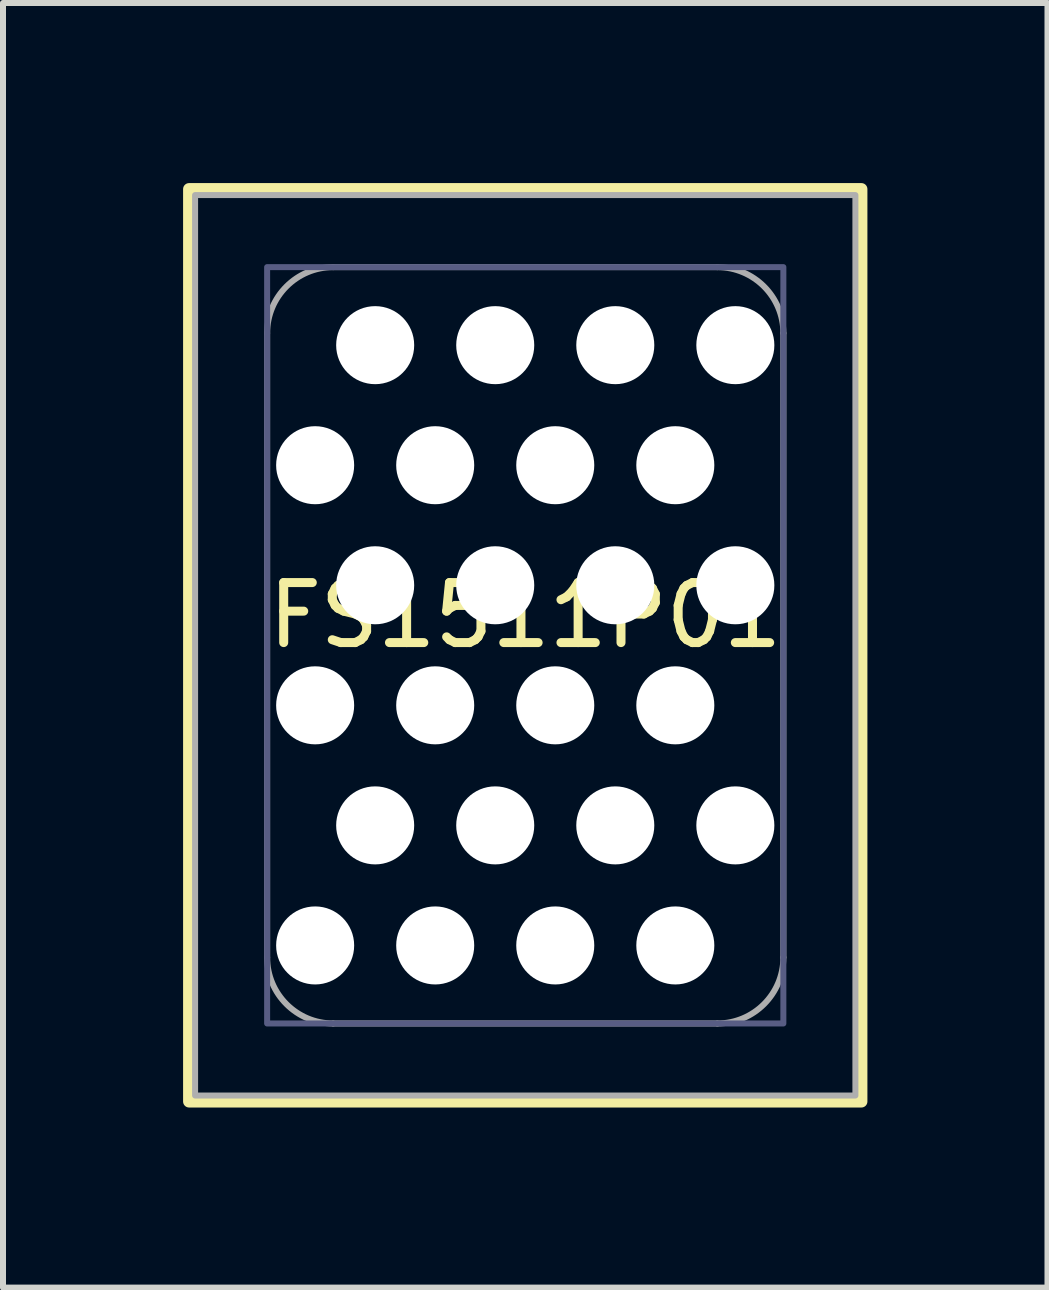
<source format=kicad_pcb>
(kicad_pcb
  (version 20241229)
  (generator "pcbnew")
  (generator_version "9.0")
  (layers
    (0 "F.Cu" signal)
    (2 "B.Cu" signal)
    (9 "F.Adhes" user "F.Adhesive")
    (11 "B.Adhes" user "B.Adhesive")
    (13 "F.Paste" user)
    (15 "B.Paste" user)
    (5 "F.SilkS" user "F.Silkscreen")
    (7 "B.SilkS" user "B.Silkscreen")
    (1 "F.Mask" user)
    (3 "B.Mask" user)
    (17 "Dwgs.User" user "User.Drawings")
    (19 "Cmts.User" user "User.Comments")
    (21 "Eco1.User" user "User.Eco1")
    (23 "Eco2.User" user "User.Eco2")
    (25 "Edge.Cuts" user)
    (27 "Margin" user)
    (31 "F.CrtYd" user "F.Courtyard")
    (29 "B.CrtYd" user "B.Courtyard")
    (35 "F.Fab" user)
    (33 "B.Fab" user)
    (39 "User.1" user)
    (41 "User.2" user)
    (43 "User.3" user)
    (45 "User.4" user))
  (footprint "FS1511P01"
    (layer "F.Cu")
    (at 5.7 7.7)
    (property "Reference" "FS1511P01" (at 0 -0.5 0) (unlocked yes) (layer "F.SilkS") (effects (font (size 1 1) (thickness 0.15))))
    (attr smd)
    (fp_rect (start -5.6 -7.6) (end 5.6 7.6) (stroke (width 0.2) (type default)) (fill no) (layer "F.SilkS"))
    (fp_rect (start -4.3 -6.3) (end 4.3 6.3) (stroke (width 0.1) (type default)) (fill no) (layer "B.Fab"))
    (fp_line (start -4.3 5.2) (end -4.3 -5.2) (stroke (width 0.1) (type default)) (layer "F.Fab"))
    (fp_line (start -3.2 -6.3) (end 3.2 -6.3) (stroke (width 0.1) (type default)) (layer "F.Fab"))
    (fp_line (start 3.2 6.3) (end -3.2 6.3) (stroke (width 0.1) (type default)) (layer "F.Fab"))
    (fp_line (start 4.3 -5.2) (end 4.3 5.2) (stroke (width 0.1) (type default)) (layer "F.Fab"))
    (fp_rect (start -5.5 -7.5) (end 5.5 7.5) (stroke (width 0.1) (type default)) (fill no) (layer "F.Fab"))
    (fp_arc (start -4.3 -5.2) (mid -3.977817 -5.977817) (end -3.2 -6.3) (stroke (width 0.1) (type default)) (layer "F.Fab"))
    (fp_arc (start -3.2 6.3) (mid -3.977817 5.977817) (end -4.3 5.2) (stroke (width 0.1) (type default)) (layer "F.Fab"))
    (fp_arc (start 3.2 -6.3) (mid 3.977817 -5.977817) (end 4.3 -5.2) (stroke (width 0.1) (type default)) (layer "F.Fab"))
    (fp_arc (start 4.3 5.2) (mid 3.977817 5.977817) (end 3.2 6.3) (stroke (width 0.1) (type default)) (layer "F.Fab"))
    (pad "" np_thru_hole circle (at -3.5 -3) (size 1.3 1.3) (drill 1.3) (layers "*.Cu" "*.Mask"))
    (pad "" np_thru_hole circle (at -3.5 1) (size 1.3 1.3) (drill 1.3) (layers "*.Cu" "*.Mask"))
    (pad "" np_thru_hole circle (at -3.5 5) (size 1.3 1.3) (drill 1.3) (layers "*.Cu" "*.Mask"))
    (pad "" np_thru_hole circle (at -2.5 -5) (size 1.3 1.3) (drill 1.3) (layers "*.Cu" "*.Mask"))
    (pad "" np_thru_hole circle (at -2.5 -1) (size 1.3 1.3) (drill 1.3) (layers "*.Cu" "*.Mask"))
    (pad "" np_thru_hole circle (at -2.5 3) (size 1.3 1.3) (drill 1.3) (layers "*.Cu" "*.Mask"))
    (pad "" np_thru_hole circle (at -1.5 -3) (size 1.3 1.3) (drill 1.3) (layers "*.Cu" "*.Mask"))
    (pad "" np_thru_hole circle (at -1.5 1) (size 1.3 1.3) (drill 1.3) (layers "*.Cu" "*.Mask"))
    (pad "" np_thru_hole circle (at -1.5 5) (size 1.3 1.3) (drill 1.3) (layers "*.Cu" "*.Mask"))
    (pad "" np_thru_hole circle (at -0.5 -5) (size 1.3 1.3) (drill 1.3) (layers "*.Cu" "*.Mask"))
    (pad "" np_thru_hole circle (at -0.5 -1) (size 1.3 1.3) (drill 1.3) (layers "*.Cu" "*.Mask"))
    (pad "" np_thru_hole circle (at -0.5 3) (size 1.3 1.3) (drill 1.3) (layers "*.Cu" "*.Mask"))
    (pad "" np_thru_hole circle (at 0.5 -3) (size 1.3 1.3) (drill 1.3) (layers "*.Cu" "*.Mask"))
    (pad "" np_thru_hole circle (at 0.5 1) (size 1.3 1.3) (drill 1.3) (layers "*.Cu" "*.Mask"))
    (pad "" np_thru_hole circle (at 0.5 5) (size 1.3 1.3) (drill 1.3) (layers "*.Cu" "*.Mask"))
    (pad "" np_thru_hole circle (at 1.5 -5) (size 1.3 1.3) (drill 1.3) (layers "*.Cu" "*.Mask"))
    (pad "" np_thru_hole circle (at 1.5 -1) (size 1.3 1.3) (drill 1.3) (layers "*.Cu" "*.Mask"))
    (pad "" np_thru_hole circle (at 1.5 3) (size 1.3 1.3) (drill 1.3) (layers "*.Cu" "*.Mask"))
    (pad "" np_thru_hole circle (at 2.5 -3) (size 1.3 1.3) (drill 1.3) (layers "*.Cu" "*.Mask"))
    (pad "" np_thru_hole circle (at 2.5 1) (size 1.3 1.3) (drill 1.3) (layers "*.Cu" "*.Mask"))
    (pad "" np_thru_hole circle (at 2.5 5) (size 1.3 1.3) (drill 1.3) (layers "*.Cu" "*.Mask"))
    (pad "" np_thru_hole circle (at 3.5 -5) (size 1.3 1.3) (drill 1.3) (layers "*.Cu" "*.Mask"))
    (pad "" np_thru_hole circle (at 3.5 -1) (size 1.3 1.3) (drill 1.3) (layers "*.Cu" "*.Mask"))
    (pad "" np_thru_hole circle (at 3.5 3) (size 1.3 1.3) (drill 1.3) (layers "*.Cu" "*.Mask")))
  (gr_rect
    (start -3 -3)
    (end 14.4 18.4)
    (stroke (width 0.1) (type default))
    (fill no)
    (layer "Edge.Cuts")))
</source>
